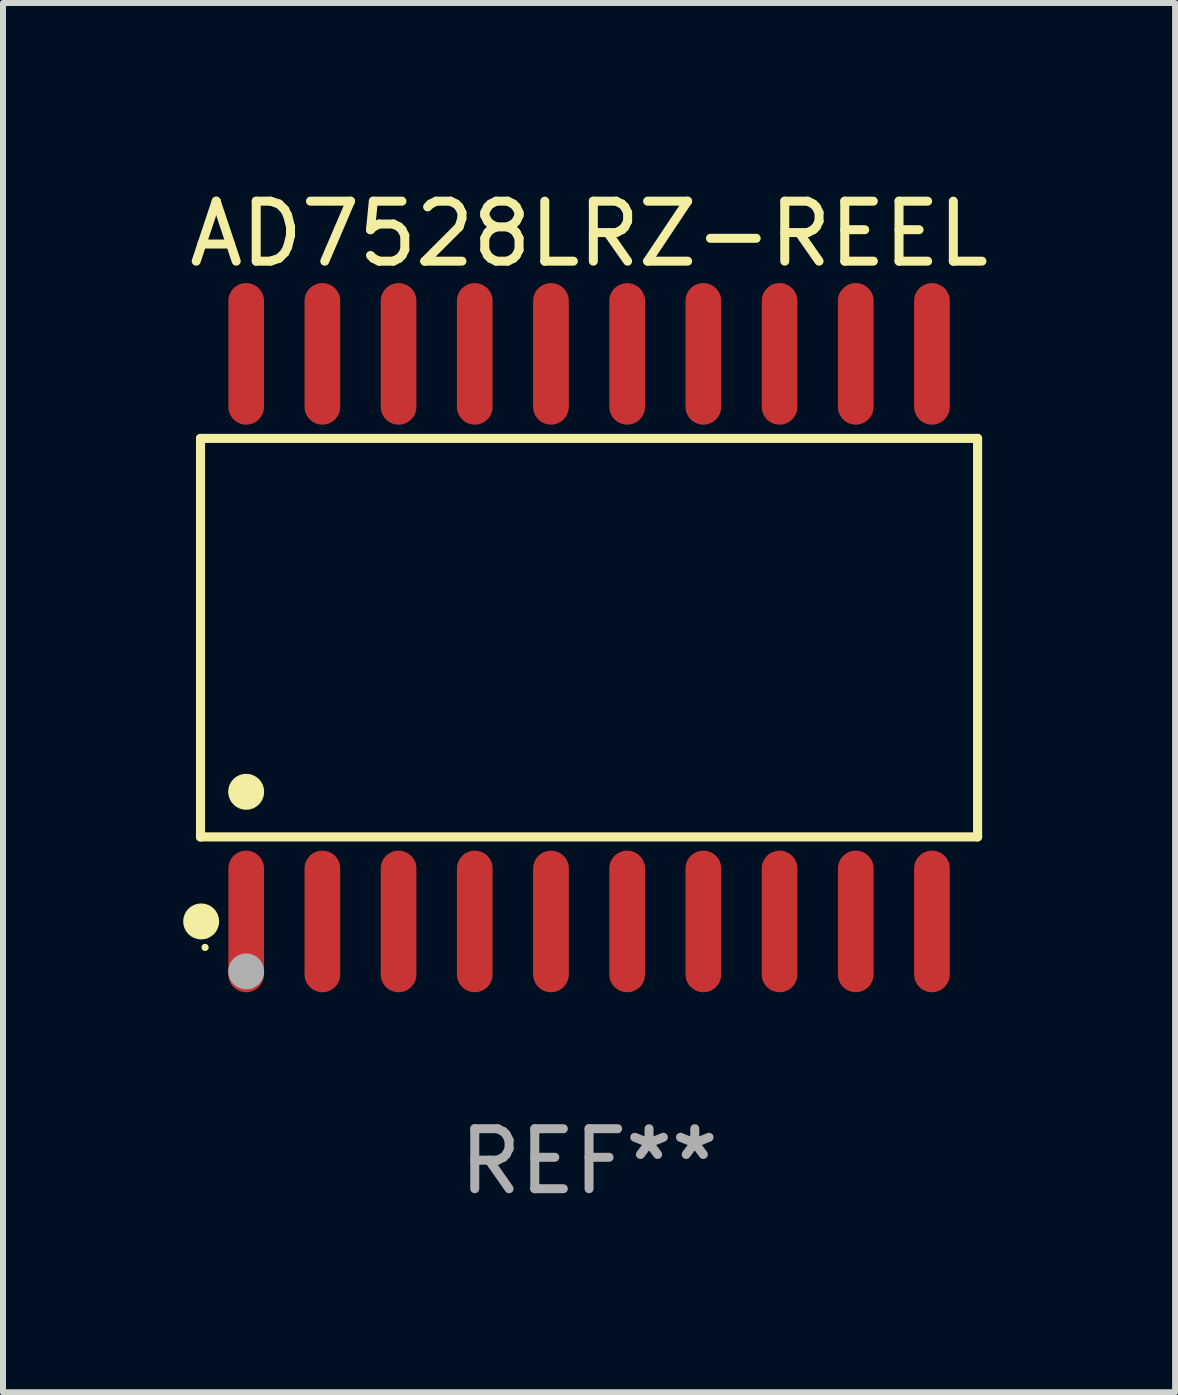
<source format=kicad_pcb>
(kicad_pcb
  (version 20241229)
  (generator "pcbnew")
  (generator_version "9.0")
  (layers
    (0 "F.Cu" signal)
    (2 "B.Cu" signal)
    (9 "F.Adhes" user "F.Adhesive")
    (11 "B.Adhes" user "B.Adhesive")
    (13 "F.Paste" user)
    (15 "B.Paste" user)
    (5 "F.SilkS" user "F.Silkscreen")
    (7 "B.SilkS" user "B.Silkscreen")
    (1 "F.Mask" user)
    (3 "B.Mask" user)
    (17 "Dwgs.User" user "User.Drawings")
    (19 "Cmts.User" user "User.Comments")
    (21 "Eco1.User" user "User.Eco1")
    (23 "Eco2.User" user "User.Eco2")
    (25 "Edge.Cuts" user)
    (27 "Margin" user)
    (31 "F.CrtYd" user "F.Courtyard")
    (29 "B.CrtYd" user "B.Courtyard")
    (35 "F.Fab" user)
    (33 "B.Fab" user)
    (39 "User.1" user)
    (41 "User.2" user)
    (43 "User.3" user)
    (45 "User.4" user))
  (footprint "AD7528LRZ-REEL"
    (layer "F.Cu")
    (at 6.768 7.578)
    (property "Reference" "AD7528LRZ-REEL" (at 0 -6.73 0) (layer "F.SilkS") (effects (font (size 1 1) (thickness 0.15))))
    (attr through_hole)
    (fp_line (start -6.476 -3.321) (end 6.476 -3.321) (stroke (width 0.152) (type solid)) (layer "F.SilkS"))
    (fp_line (start -6.476 3.321) (end -6.476 -3.321) (stroke (width 0.152) (type solid)) (layer "F.SilkS"))
    (fp_line (start 6.476 -3.321) (end 6.476 3.321) (stroke (width 0.152) (type solid)) (layer "F.SilkS"))
    (fp_line (start 6.476 3.321) (end -6.476 3.321) (stroke (width 0.152) (type solid)) (layer "F.SilkS"))
    (fp_circle (center -6.465 4.73) (end -6.315 4.73) (stroke (width 0.3) (type solid)) (fill no) (layer "F.SilkS"))
    (fp_circle (center -6.4 5.163) (end -6.37 5.163) (stroke (width 0.06) (type solid)) (fill no) (layer "F.SilkS"))
    (fp_circle (center -5.715 2.569) (end -5.565 2.569) (stroke (width 0.3) (type solid)) (fill no) (layer "F.SilkS"))
    (fp_circle (center -5.715 5.563) (end -5.565 5.563) (stroke (width 0.3) (type solid)) (fill no) (layer "F.Fab"))
    (fp_text user "REF**" (at 0 8.73 0) (layer "F.Fab") (effects (font (size 1 1) (thickness 0.15))))
    (pad "1" smd oval (at -5.715 4.73) (size 0.595 2.36) (layers "F.Cu" "F.Mask" "F.Paste"))
    (pad "2" smd oval (at -4.445 4.73) (size 0.595 2.36) (layers "F.Cu" "F.Mask" "F.Paste"))
    (pad "3" smd oval (at -3.175 4.73) (size 0.595 2.36) (layers "F.Cu" "F.Mask" "F.Paste"))
    (pad "4" smd oval (at -1.905 4.73) (size 0.595 2.36) (layers "F.Cu" "F.Mask" "F.Paste"))
    (pad "5" smd oval (at -0.635 4.73) (size 0.595 2.36) (layers "F.Cu" "F.Mask" "F.Paste"))
    (pad "6" smd oval (at 0.635 4.73) (size 0.595 2.36) (layers "F.Cu" "F.Mask" "F.Paste"))
    (pad "7" smd oval (at 1.905 4.73) (size 0.595 2.36) (layers "F.Cu" "F.Mask" "F.Paste"))
    (pad "8" smd oval (at 3.175 4.73) (size 0.595 2.36) (layers "F.Cu" "F.Mask" "F.Paste"))
    (pad "9" smd oval (at 4.445 4.73) (size 0.595 2.36) (layers "F.Cu" "F.Mask" "F.Paste"))
    (pad "10" smd oval (at 5.715 4.73) (size 0.595 2.36) (layers "F.Cu" "F.Mask" "F.Paste"))
    (pad "11" smd oval (at 5.715 -4.73) (size 0.595 2.36) (layers "F.Cu" "F.Mask" "F.Paste"))
    (pad "12" smd oval (at 4.445 -4.73) (size 0.595 2.36) (layers "F.Cu" "F.Mask" "F.Paste"))
    (pad "13" smd oval (at 3.175 -4.73) (size 0.595 2.36) (layers "F.Cu" "F.Mask" "F.Paste"))
    (pad "14" smd oval (at 1.905 -4.73) (size 0.595 2.36) (layers "F.Cu" "F.Mask" "F.Paste"))
    (pad "15" smd oval (at 0.635 -4.73) (size 0.595 2.36) (layers "F.Cu" "F.Mask" "F.Paste"))
    (pad "16" smd oval (at -0.635 -4.73) (size 0.595 2.36) (layers "F.Cu" "F.Mask" "F.Paste"))
    (pad "17" smd oval (at -1.905 -4.73) (size 0.595 2.36) (layers "F.Cu" "F.Mask" "F.Paste"))
    (pad "18" smd oval (at -3.175 -4.73) (size 0.595 2.36) (layers "F.Cu" "F.Mask" "F.Paste"))
    (pad "19" smd oval (at -4.445 -4.73) (size 0.595 2.36) (layers "F.Cu" "F.Mask" "F.Paste"))
    (pad "20" smd oval (at -5.715 -4.73) (size 0.595 2.36) (layers "F.Cu" "F.Mask" "F.Paste")))
  (gr_rect
    (start -3 -3)
    (end 16.536 20.156)
    (stroke (width 0.1) (type default))
    (fill no)
    (layer "Edge.Cuts")))
</source>
